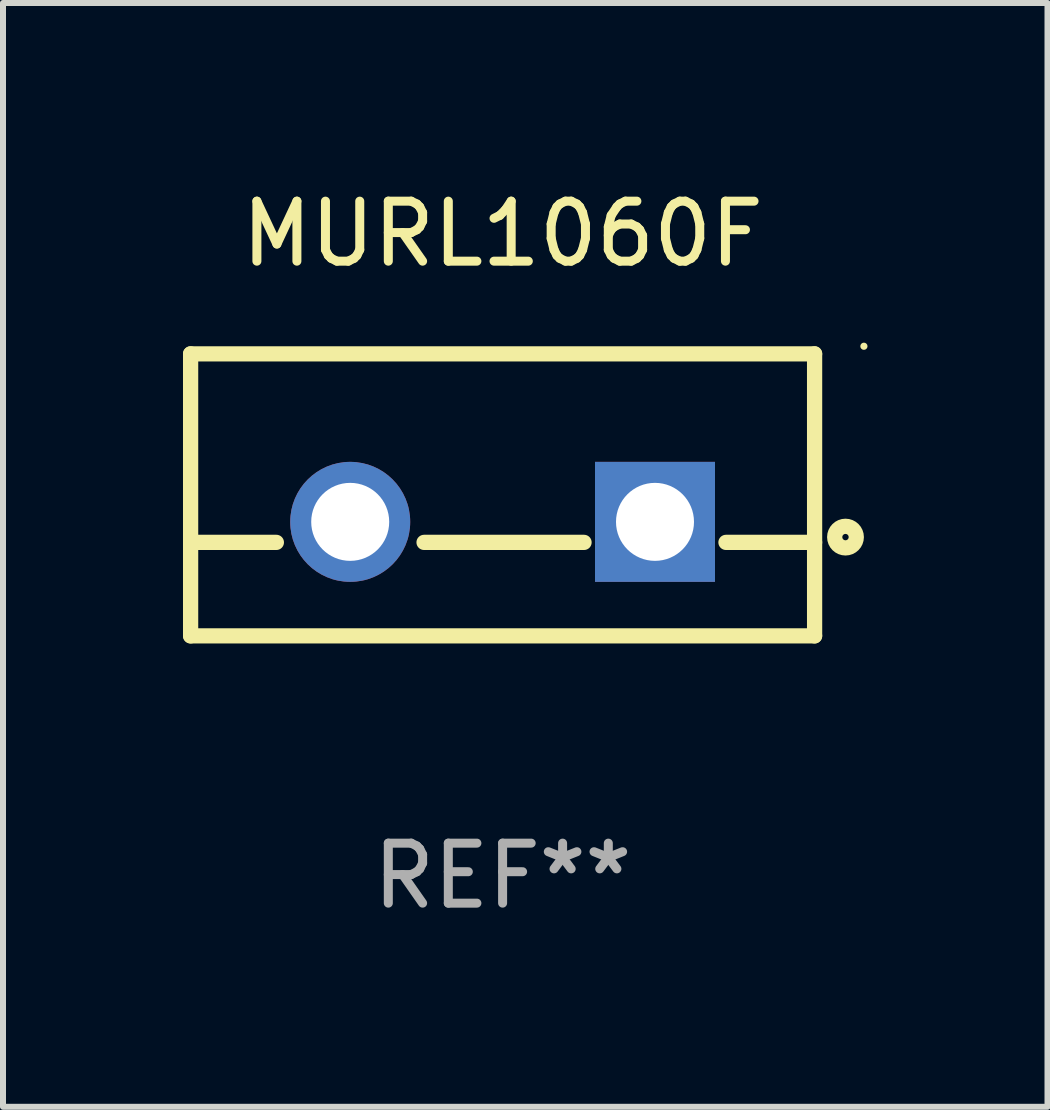
<source format=kicad_pcb>
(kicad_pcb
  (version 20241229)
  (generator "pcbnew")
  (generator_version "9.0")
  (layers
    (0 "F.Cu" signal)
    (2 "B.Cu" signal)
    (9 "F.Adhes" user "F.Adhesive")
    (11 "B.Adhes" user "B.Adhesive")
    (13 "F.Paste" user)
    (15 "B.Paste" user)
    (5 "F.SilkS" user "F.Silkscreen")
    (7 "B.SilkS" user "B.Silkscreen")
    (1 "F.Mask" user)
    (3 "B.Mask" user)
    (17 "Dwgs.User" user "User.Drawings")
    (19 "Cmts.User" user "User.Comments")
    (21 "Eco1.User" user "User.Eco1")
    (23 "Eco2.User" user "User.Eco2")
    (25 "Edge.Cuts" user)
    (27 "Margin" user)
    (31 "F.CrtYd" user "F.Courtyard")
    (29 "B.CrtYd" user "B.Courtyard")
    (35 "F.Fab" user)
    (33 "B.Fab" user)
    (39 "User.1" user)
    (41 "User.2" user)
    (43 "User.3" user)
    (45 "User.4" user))
  (footprint "MURL1060F"
    (layer "F.Cu")
    (at 5.327 5.198)
    (property "Reference" "MURL1060F" (at 0 -4.35 0) (layer "F.SilkS") (effects (font (size 1 1) (thickness 0.15))))
    (attr through_hole)
    (fp_line (start -5.2 -2.35) (end -5.2 2.35) (stroke (width 0.254) (type solid)) (layer "F.SilkS"))
    (fp_line (start -5.2 -2.35) (end 5.2 -2.35) (stroke (width 0.254) (type solid)) (layer "F.SilkS"))
    (fp_line (start -5.2 0.792) (end -3.771 0.792) (stroke (width 0.254) (type solid)) (layer "F.SilkS"))
    (fp_line (start -5.2 2.35) (end 5.2 2.35) (stroke (width 0.254) (type solid)) (layer "F.SilkS"))
    (fp_line (start -1.309 0.792) (end 1.357 0.792) (stroke (width 0.254) (type solid)) (layer "F.SilkS"))
    (fp_line (start 3.723 0.792) (end 5.2 0.792) (stroke (width 0.254) (type solid)) (layer "F.SilkS"))
    (fp_line (start 5.2 -2.35) (end 5.2 2.35) (stroke (width 0.254) (type solid)) (layer "F.SilkS"))
    (fp_circle (center 5.715 0.704) (end 5.895 0.704) (stroke (width 0.254) (type solid)) (fill no) (layer "F.SilkS"))
    (fp_circle (center 6.022 -2.477) (end 6.052 -2.477) (stroke (width 0.06) (type solid)) (fill no) (layer "F.SilkS"))
    (fp_text user "REF**" (at 0 6.35 0) (layer "F.Fab") (effects (font (size 1 1) (thickness 0.15))))
    (pad "1" thru_hole rect (at 2.54 0.45) (size 2 2) (drill 1.3) (layers "*.Cu" "*.Mask"))
    (pad "2" thru_hole circle (at -2.54 0.45) (size 2 2) (drill 1.3) (layers "*.Cu" "*.Mask")))
  (gr_rect
    (start -3 -3)
    (end 14.409 15.397)
    (stroke (width 0.1) (type default))
    (fill no)
    (layer "Edge.Cuts")))
</source>
